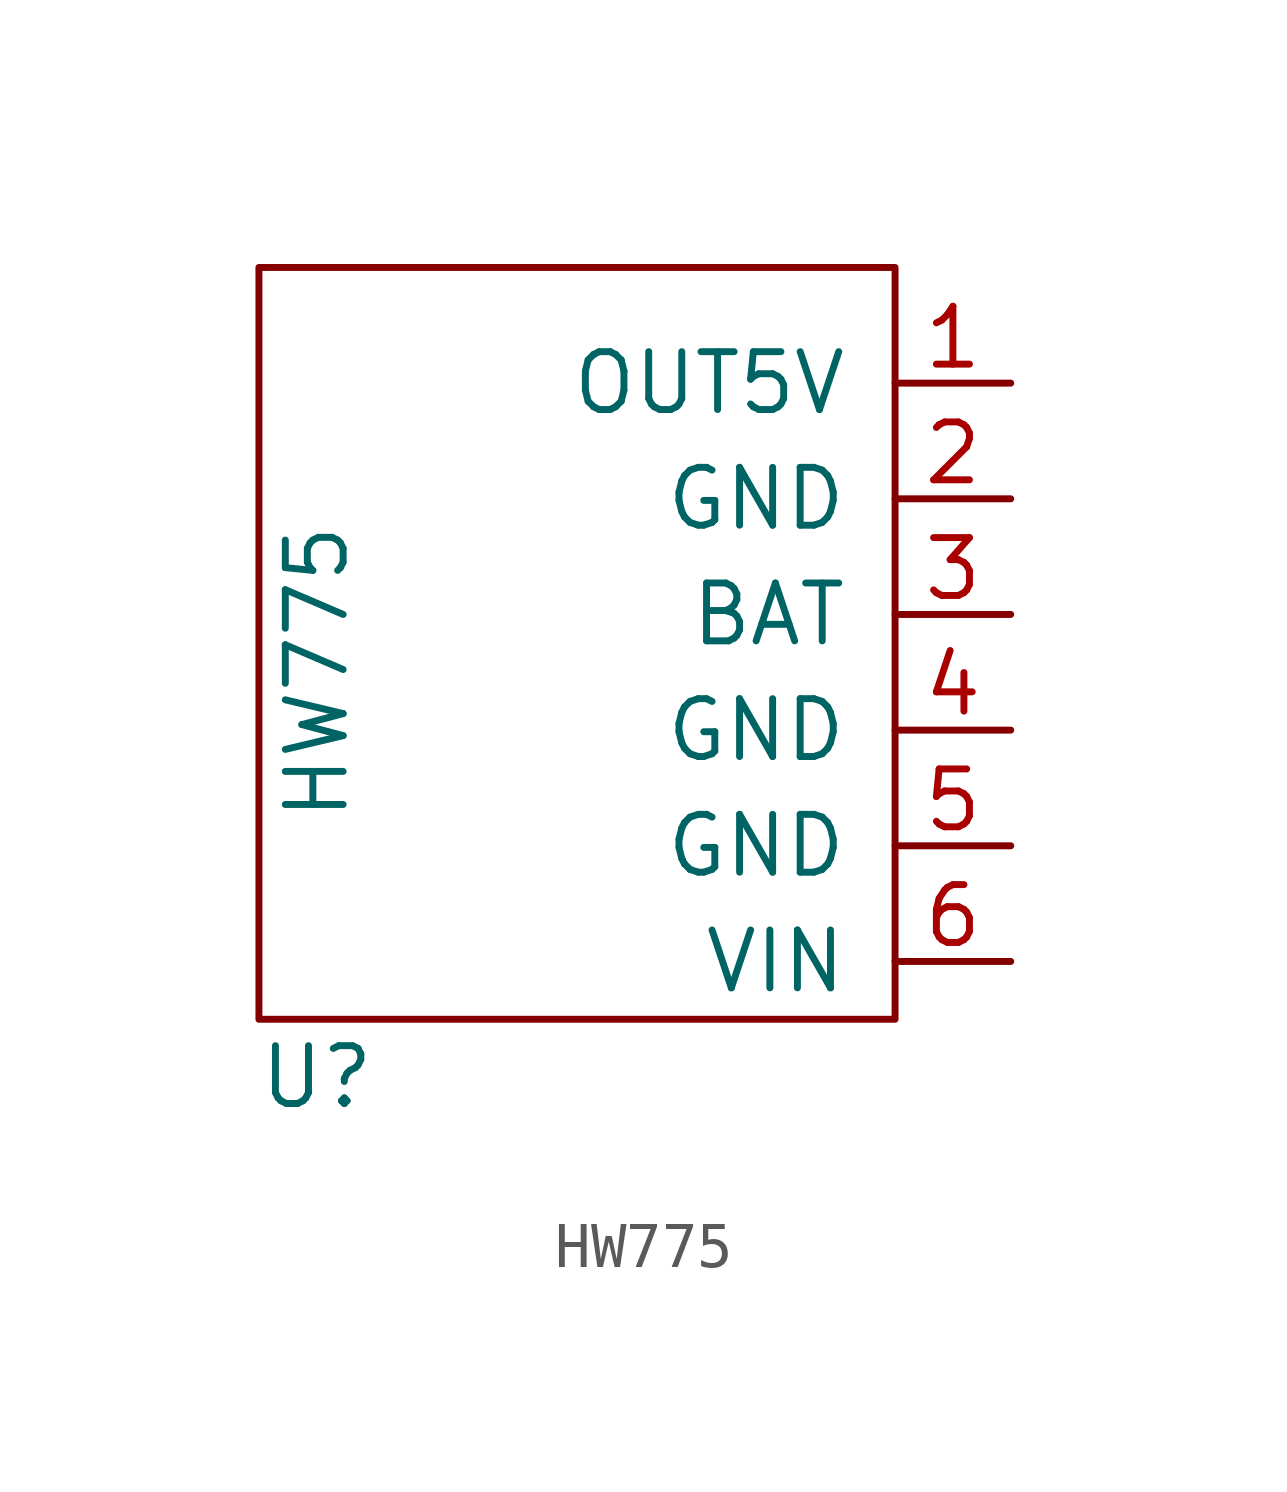
<source format=kicad_sym>
(kicad_symbol_lib
  (version 20241209)
  (generator "kicad_symbol_editor")
  (generator_version "9.0")
  (symbol "HW775"
    (pin_names
      (offset 1.016))
    (property "Reference" "U"
      (at 1.27 -1.27 0)
      (effects (font (size 1.27 1.27))))
    (property "Value" "HW775"
      (at 1.27 7.62 90)
      (effects (font (size 1.27 1.27))))
    (symbol "HW775_0_1"
      (rectangle (start 13.97 16.51) (end 0 0) (stroke (width 0) (type solid)) (fill (type none))))
    (symbol "HW775_1_1"
      (pin power_out line (at 16.51 13.97 180) (length 2.54) (name "OUT5V" (effects (font (size 1.27 1.27)))) (number "1" (effects (font (size 1.27 1.27)))))
      (pin passive line (at 16.51 11.43 180) (length 2.54) (name "GND" (effects (font (size 1.27 1.27)))) (number "2" (effects (font (size 1.27 1.27)))))
      (pin power_out line (at 16.51 8.89 180) (length 2.54) (name "BAT" (effects (font (size 1.27 1.27)))) (number "3" (effects (font (size 1.27 1.27)))))
      (pin passive line (at 16.51 6.35 180) (length 2.54) (name "GND" (effects (font (size 1.27 1.27)))) (number "4" (effects (font (size 1.27 1.27)))))
      (pin passive line (at 16.51 3.81 180) (length 2.54) (name "GND" (effects (font (size 1.27 1.27)))) (number "5" (effects (font (size 1.27 1.27)))))
      (pin power_in line (at 16.51 1.27 180) (length 2.54) (name "VIN" (effects (font (size 1.27 1.27)))) (number "6" (effects (font (size 1.27 1.27))))))))
</source>
